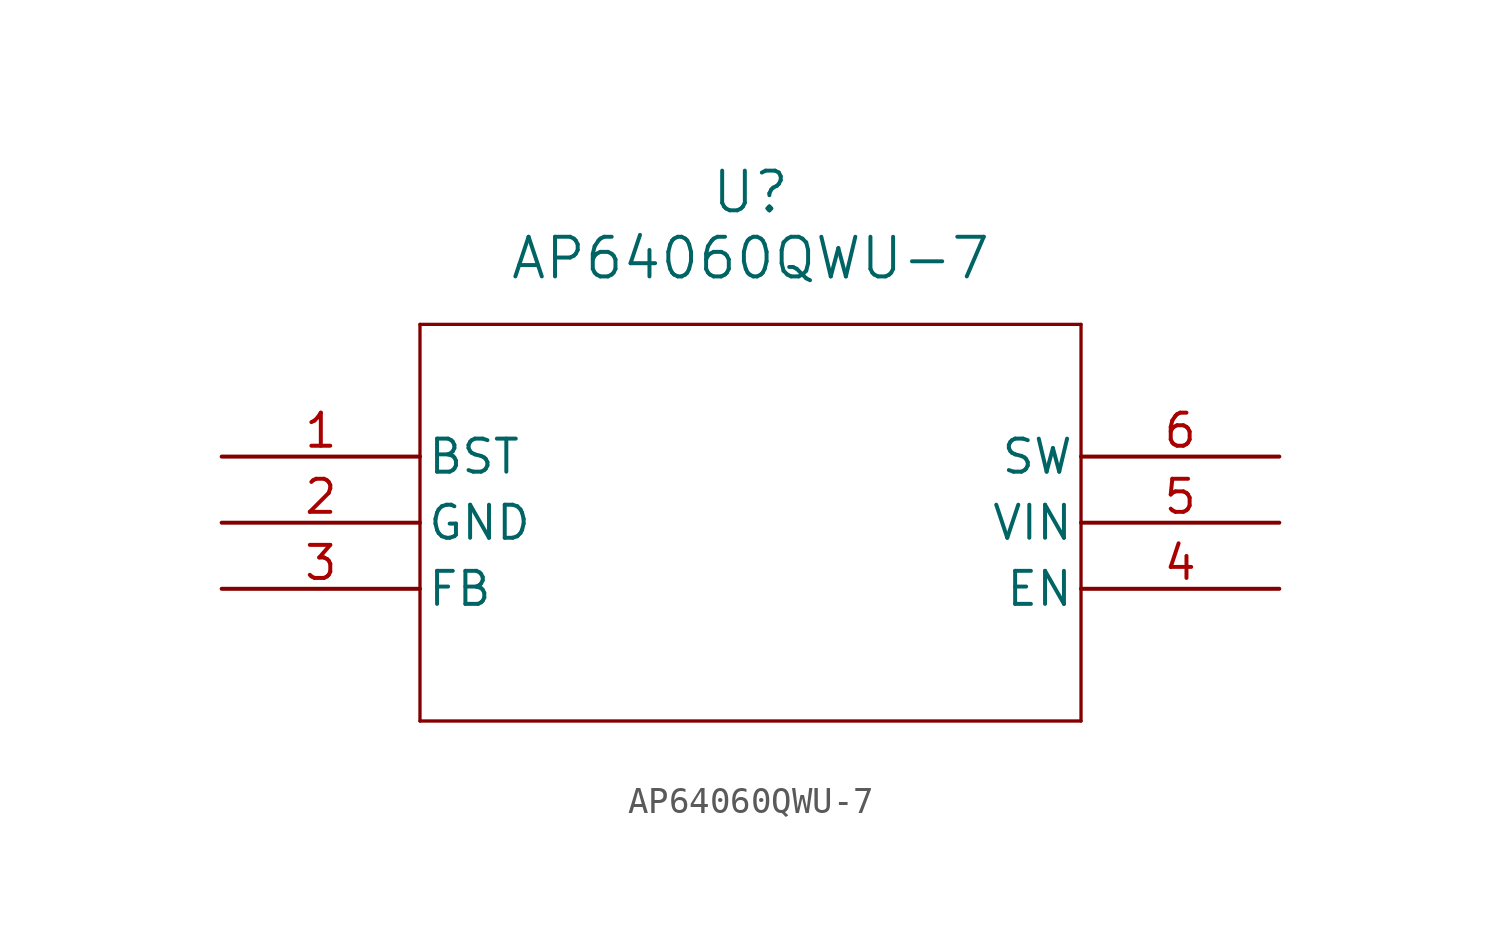
<source format=kicad_sym>
(kicad_symbol_lib
  (version 20211014)
  (generator kicad_symbol_editor)
  (symbol "AP64060QWU-7"
    (pin_names
      (offset 0.254))
    (property "Reference" "U"
      (at 20.32 10.16 0)
      (effects (font (size 1.524 1.524))))
    (property "Value" "AP64060QWU-7"
      (at 20.32 7.62 0)
      (effects (font (size 1.524 1.524))))
    (polyline
      (pts (xy 7.62 5.08) (xy 7.62 -10.16))
      (stroke (width 0.127) (type default) (color 0 0 0 0))
      (fill (type none)))
    (polyline
      (pts (xy 7.62 -10.16) (xy 33.02 -10.16))
      (stroke (width 0.127) (type default) (color 0 0 0 0))
      (fill (type none)))
    (polyline
      (pts (xy 33.02 -10.16) (xy 33.02 5.08))
      (stroke (width 0.127) (type default) (color 0 0 0 0))
      (fill (type none)))
    (polyline
      (pts (xy 33.02 5.08) (xy 7.62 5.08))
      (stroke (width 0.127) (type default) (color 0 0 0 0))
      (fill (type none)))
    (pin unspecified line
      (at 0 0 0)
      (length 7.62)
      (name "BST" (effects (font (size 1.27 1.27))))
      (number "1" (effects (font (size 1.27 1.27)))))
    (pin power_out line
      (at 0 -2.54 0)
      (length 7.62)
      (name "GND" (effects (font (size 1.27 1.27))))
      (number "2" (effects (font (size 1.27 1.27)))))
    (pin unspecified line
      (at 0 -5.08 0)
      (length 7.62)
      (name "FB" (effects (font (size 1.27 1.27))))
      (number "3" (effects (font (size 1.27 1.27)))))
    (pin unspecified line
      (at 40.64 -5.08 180)
      (length 7.62)
      (name "EN" (effects (font (size 1.27 1.27))))
      (number "4" (effects (font (size 1.27 1.27)))))
    (pin unspecified line
      (at 40.64 -2.54 180)
      (length 7.62)
      (name "VIN" (effects (font (size 1.27 1.27))))
      (number "5" (effects (font (size 1.27 1.27)))))
    (pin unspecified line
      (at 40.64 0 180)
      (length 7.62)
      (name "SW" (effects (font (size 1.27 1.27))))
      (number "6" (effects (font (size 1.27 1.27)))))))
</source>
